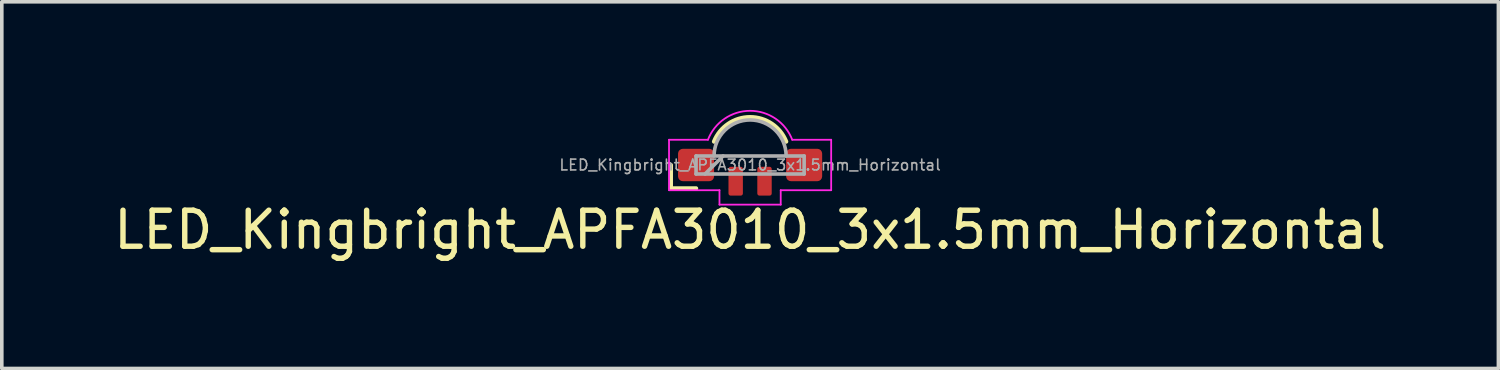
<source format=kicad_pcb>
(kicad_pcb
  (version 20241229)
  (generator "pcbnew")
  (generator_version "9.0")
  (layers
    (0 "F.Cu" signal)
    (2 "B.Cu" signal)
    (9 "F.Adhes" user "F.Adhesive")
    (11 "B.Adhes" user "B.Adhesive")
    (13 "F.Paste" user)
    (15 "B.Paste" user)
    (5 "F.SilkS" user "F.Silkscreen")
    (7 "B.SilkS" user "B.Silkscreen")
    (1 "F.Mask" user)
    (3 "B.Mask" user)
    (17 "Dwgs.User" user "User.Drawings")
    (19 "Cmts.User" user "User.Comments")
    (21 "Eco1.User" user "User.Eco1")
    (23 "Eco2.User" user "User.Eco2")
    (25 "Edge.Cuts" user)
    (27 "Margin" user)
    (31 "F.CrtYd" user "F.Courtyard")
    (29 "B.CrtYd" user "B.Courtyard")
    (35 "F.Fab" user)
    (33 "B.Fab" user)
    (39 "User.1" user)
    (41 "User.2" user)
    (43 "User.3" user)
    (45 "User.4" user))
  (footprint "LED_Kingbright_APFA3010_3x1.5mm_Horizontal"
    (layer "F.Cu")
    (at 17.768 1.529)
    (property "Reference" "LED_Kingbright_APFA3010_3x1.5mm_Horizontal" (at 0 1.8 0) (layer "F.SilkS") (effects (font (size 1 1) (thickness 0.15))))
    (attr smd)
    (fp_line (start -2.2 0) (end -2.2 0.65) (stroke (width 0.12) (type solid)) (layer "F.SilkS"))
    (fp_line (start -2.2 0.65) (end -1.5 0.65) (stroke (width 0.12) (type solid)) (layer "F.SilkS"))
    (fp_arc (start -1 -0.65) (mid 0 -1.327033) (end 1 -0.65) (stroke (width 0.12) (type solid)) (layer "F.SilkS"))
    (fp_line (start -2.25 -0.7) (end -1.17 -0.7) (stroke (width 0.05) (type solid)) (layer "F.CrtYd"))
    (fp_line (start -2.25 0.7) (end -2.25 -0.7) (stroke (width 0.05) (type solid)) (layer "F.CrtYd"))
    (fp_line (start -2.25 0.7) (end -0.85 0.7) (stroke (width 0.05) (type solid)) (layer "F.CrtYd"))
    (fp_line (start -0.85 0.7) (end -0.85 1.1) (stroke (width 0.05) (type solid)) (layer "F.CrtYd"))
    (fp_line (start -0.85 1.1) (end 0.85 1.1) (stroke (width 0.05) (type solid)) (layer "F.CrtYd"))
    (fp_line (start 0.85 0.7) (end 2.25 0.7) (stroke (width 0.05) (type solid)) (layer "F.CrtYd"))
    (fp_line (start 0.85 1.1) (end 0.85 0.7) (stroke (width 0.05) (type solid)) (layer "F.CrtYd"))
    (fp_line (start 2.25 -0.7) (end 1.17 -0.7) (stroke (width 0.05) (type solid)) (layer "F.CrtYd"))
    (fp_line (start 2.25 0.7) (end 2.25 -0.7) (stroke (width 0.05) (type solid)) (layer "F.CrtYd"))
    (fp_arc (start -1.17 -0.7) (mid 0 -1.503555) (end 1.17 -0.7) (stroke (width 0.05) (type solid)) (layer "F.CrtYd"))
    (fp_line (start -1.5 -0.25) (end -1.5 0.25) (stroke (width 0.1) (type solid)) (layer "F.Fab"))
    (fp_line (start -1.5 0.25) (end 1.5 0.25) (stroke (width 0.1) (type solid)) (layer "F.Fab"))
    (fp_line (start -0.75 -0.25) (end -1.25 0.25) (stroke (width 0.1) (type solid)) (layer "F.Fab"))
    (fp_line (start 1.5 -0.25) (end -1.5 -0.25) (stroke (width 0.1) (type solid)) (layer "F.Fab"))
    (fp_line (start 1.5 0.25) (end 1.5 -0.25) (stroke (width 0.1) (type solid)) (layer "F.Fab"))
    (fp_arc (start -1 -0.25) (mid 0 -1.25) (end 1 -0.25) (stroke (width 0.1) (type solid)) (layer "F.Fab"))
    (fp_text user "${REFERENCE}" (at 0 0 0) (layer "F.Fab") (effects (font (size 0.3 0.3) (thickness 0.045))))
    (pad "1" smd roundrect (at -1.5 0) (size 1 0.9) (layers "F.Cu" "F.Mask" "F.Paste") (roundrect_rratio 0.15))
    (pad "2" smd roundrect (at 1.5 0) (size 1 0.9) (layers "F.Cu" "F.Mask" "F.Paste") (roundrect_rratio 0.15))
    (pad "3" smd roundrect (at 0.4 0.45) (size 0.4 0.8) (layers "F.Cu" "F.Mask" "F.Paste") (roundrect_rratio 0.15))
    (pad "4" smd roundrect (at -0.4 0.45) (size 0.4 0.8) (layers "F.Cu" "F.Mask" "F.Paste") (roundrect_rratio 0.15)))
  (gr_rect
    (start -3 -3)
    (end 38.536 7.177)
    (stroke (width 0.1) (type default))
    (fill no)
    (layer "Edge.Cuts")))
</source>
